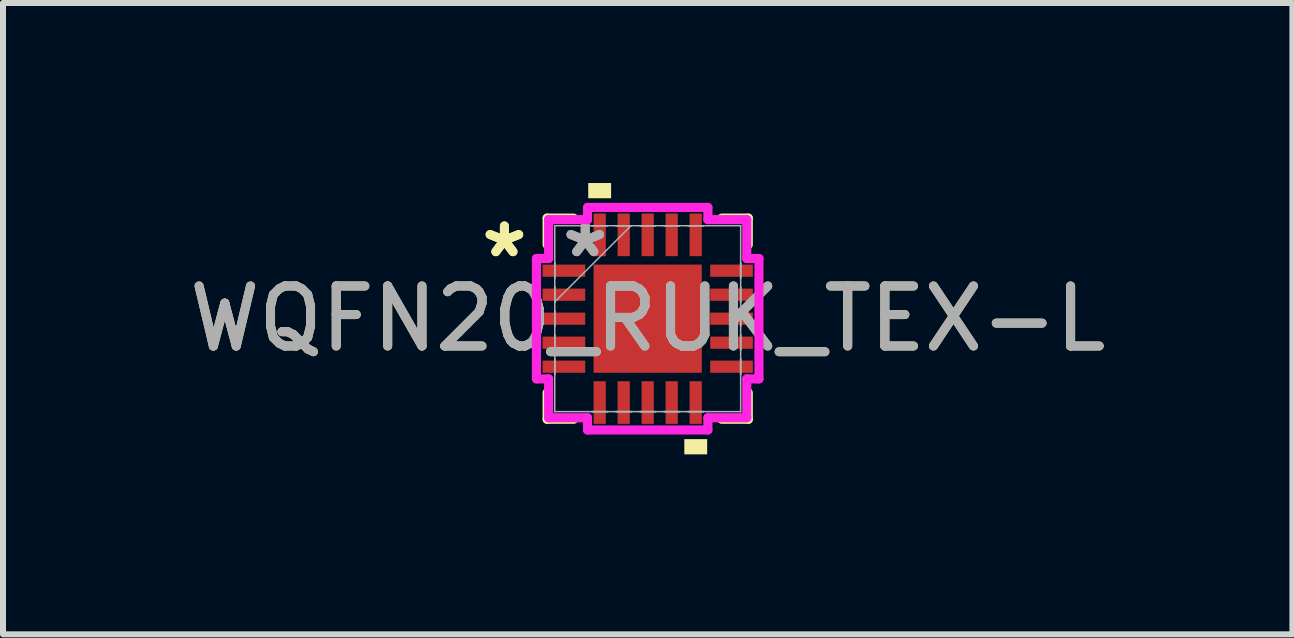
<source format=kicad_pcb>
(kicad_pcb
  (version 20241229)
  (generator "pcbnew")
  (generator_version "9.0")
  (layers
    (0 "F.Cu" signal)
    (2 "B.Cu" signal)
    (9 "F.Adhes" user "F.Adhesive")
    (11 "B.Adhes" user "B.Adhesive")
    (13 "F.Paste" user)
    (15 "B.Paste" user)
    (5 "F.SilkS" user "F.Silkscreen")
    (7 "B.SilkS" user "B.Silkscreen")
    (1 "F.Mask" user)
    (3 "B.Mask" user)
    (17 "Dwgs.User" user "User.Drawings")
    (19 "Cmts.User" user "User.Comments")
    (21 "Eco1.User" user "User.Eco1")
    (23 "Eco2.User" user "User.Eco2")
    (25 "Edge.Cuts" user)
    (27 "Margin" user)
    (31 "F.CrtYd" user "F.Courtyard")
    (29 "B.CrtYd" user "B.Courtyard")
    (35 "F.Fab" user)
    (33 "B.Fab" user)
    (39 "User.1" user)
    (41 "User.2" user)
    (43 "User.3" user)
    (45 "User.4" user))
  (footprint "WQFN20_RUK_TEX-L"
    (layer "F.Cu")
    (at 7.744 2.261)
    (property "Reference" "WQFN20_RUK_TEX-L" (at 0 0 0) (unlocked yes) (layer "F.SilkS") (effects (font (size 1 1) (thickness 0.15))))
    (attr smd)
    (fp_line (start -1.676 -1.676) (end -1.676 -1.234) (stroke (width 0.152) (type solid)) (layer "F.SilkS"))
    (fp_line (start -1.676 1.234) (end -1.676 1.676) (stroke (width 0.152) (type solid)) (layer "F.SilkS"))
    (fp_line (start -1.676 1.676) (end -1.234 1.676) (stroke (width 0.152) (type solid)) (layer "F.SilkS"))
    (fp_line (start -1.234 -1.676) (end -1.676 -1.676) (stroke (width 0.152) (type solid)) (layer "F.SilkS"))
    (fp_line (start 1.234 1.676) (end 1.676 1.676) (stroke (width 0.152) (type solid)) (layer "F.SilkS"))
    (fp_line (start 1.676 -1.676) (end 1.234 -1.676) (stroke (width 0.152) (type solid)) (layer "F.SilkS"))
    (fp_line (start 1.676 -1.234) (end 1.676 -1.676) (stroke (width 0.152) (type solid)) (layer "F.SilkS"))
    (fp_line (start 1.676 1.676) (end 1.676 1.234) (stroke (width 0.152) (type solid)) (layer "F.SilkS"))
    (fp_poly (pts (xy -0.991 -2.007) (xy -0.991 -2.261) (xy -0.61 -2.261) (xy -0.61 -2.007)) (stroke (width 0) (type solid)) (fill yes) (layer "F.SilkS"))
    (fp_poly (pts (xy 0.61 2.007) (xy 0.61 2.261) (xy 0.991 2.261) (xy 0.991 2.007)) (stroke (width 0) (type solid)) (fill yes) (layer "F.SilkS"))
    (fp_line (start -1.854 -1.003) (end -1.651 -1.003) (stroke (width 0.152) (type solid)) (layer "F.CrtYd"))
    (fp_line (start -1.854 1.003) (end -1.854 -1.003) (stroke (width 0.152) (type solid)) (layer "F.CrtYd"))
    (fp_line (start -1.651 -1.651) (end -1.003 -1.651) (stroke (width 0.152) (type solid)) (layer "F.CrtYd"))
    (fp_line (start -1.651 -1.003) (end -1.651 -1.651) (stroke (width 0.152) (type solid)) (layer "F.CrtYd"))
    (fp_line (start -1.651 1.003) (end -1.854 1.003) (stroke (width 0.152) (type solid)) (layer "F.CrtYd"))
    (fp_line (start -1.651 1.651) (end -1.651 1.003) (stroke (width 0.152) (type solid)) (layer "F.CrtYd"))
    (fp_line (start -1.003 -1.854) (end 1.003 -1.854) (stroke (width 0.152) (type solid)) (layer "F.CrtYd"))
    (fp_line (start -1.003 -1.651) (end -1.003 -1.854) (stroke (width 0.152) (type solid)) (layer "F.CrtYd"))
    (fp_line (start -1.003 1.651) (end -1.651 1.651) (stroke (width 0.152) (type solid)) (layer "F.CrtYd"))
    (fp_line (start -1.003 1.854) (end -1.003 1.651) (stroke (width 0.152) (type solid)) (layer "F.CrtYd"))
    (fp_line (start 1.003 -1.854) (end 1.003 -1.651) (stroke (width 0.152) (type solid)) (layer "F.CrtYd"))
    (fp_line (start 1.003 -1.651) (end 1.651 -1.651) (stroke (width 0.152) (type solid)) (layer "F.CrtYd"))
    (fp_line (start 1.003 1.651) (end 1.003 1.854) (stroke (width 0.152) (type solid)) (layer "F.CrtYd"))
    (fp_line (start 1.003 1.854) (end -1.003 1.854) (stroke (width 0.152) (type solid)) (layer "F.CrtYd"))
    (fp_line (start 1.651 -1.651) (end 1.651 -1.003) (stroke (width 0.152) (type solid)) (layer "F.CrtYd"))
    (fp_line (start 1.651 -1.003) (end 1.854 -1.003) (stroke (width 0.152) (type solid)) (layer "F.CrtYd"))
    (fp_line (start 1.651 1.003) (end 1.651 1.651) (stroke (width 0.152) (type solid)) (layer "F.CrtYd"))
    (fp_line (start 1.651 1.651) (end 1.003 1.651) (stroke (width 0.152) (type solid)) (layer "F.CrtYd"))
    (fp_line (start 1.854 -1.003) (end 1.854 1.003) (stroke (width 0.152) (type solid)) (layer "F.CrtYd"))
    (fp_line (start 1.854 1.003) (end 1.651 1.003) (stroke (width 0.152) (type solid)) (layer "F.CrtYd"))
    (fp_line (start -1.549 -1.549) (end -1.549 -1.549) (stroke (width 0.025) (type solid)) (layer "F.Fab"))
    (fp_line (start -1.549 -1.549) (end -1.549 1.549) (stroke (width 0.025) (type solid)) (layer "F.Fab"))
    (fp_line (start -1.549 -0.927) (end -1.549 -0.927) (stroke (width 0.025) (type solid)) (layer "F.Fab"))
    (fp_line (start -1.549 -0.927) (end -1.549 -0.673) (stroke (width 0.025) (type solid)) (layer "F.Fab"))
    (fp_line (start -1.549 -0.673) (end -1.549 -0.927) (stroke (width 0.025) (type solid)) (layer "F.Fab"))
    (fp_line (start -1.549 -0.673) (end -1.549 -0.673) (stroke (width 0.025) (type solid)) (layer "F.Fab"))
    (fp_line (start -1.549 -0.527) (end -1.549 -0.527) (stroke (width 0.025) (type solid)) (layer "F.Fab"))
    (fp_line (start -1.549 -0.527) (end -1.549 -0.273) (stroke (width 0.025) (type solid)) (layer "F.Fab"))
    (fp_line (start -1.549 -0.279) (end -0.279 -1.549) (stroke (width 0.025) (type solid)) (layer "F.Fab"))
    (fp_line (start -1.549 -0.273) (end -1.549 -0.527) (stroke (width 0.025) (type solid)) (layer "F.Fab"))
    (fp_line (start -1.549 -0.273) (end -1.549 -0.273) (stroke (width 0.025) (type solid)) (layer "F.Fab"))
    (fp_line (start -1.549 -0.127) (end -1.549 -0.127) (stroke (width 0.025) (type solid)) (layer "F.Fab"))
    (fp_line (start -1.549 -0.127) (end -1.549 0.127) (stroke (width 0.025) (type solid)) (layer "F.Fab"))
    (fp_line (start -1.549 0.127) (end -1.549 -0.127) (stroke (width 0.025) (type solid)) (layer "F.Fab"))
    (fp_line (start -1.549 0.127) (end -1.549 0.127) (stroke (width 0.025) (type solid)) (layer "F.Fab"))
    (fp_line (start -1.549 0.273) (end -1.549 0.273) (stroke (width 0.025) (type solid)) (layer "F.Fab"))
    (fp_line (start -1.549 0.273) (end -1.549 0.527) (stroke (width 0.025) (type solid)) (layer "F.Fab"))
    (fp_line (start -1.549 0.527) (end -1.549 0.273) (stroke (width 0.025) (type solid)) (layer "F.Fab"))
    (fp_line (start -1.549 0.527) (end -1.549 0.527) (stroke (width 0.025) (type solid)) (layer "F.Fab"))
    (fp_line (start -1.549 0.673) (end -1.549 0.673) (stroke (width 0.025) (type solid)) (layer "F.Fab"))
    (fp_line (start -1.549 0.673) (end -1.549 0.927) (stroke (width 0.025) (type solid)) (layer "F.Fab"))
    (fp_line (start -1.549 0.927) (end -1.549 0.673) (stroke (width 0.025) (type solid)) (layer "F.Fab"))
    (fp_line (start -1.549 0.927) (end -1.549 0.927) (stroke (width 0.025) (type solid)) (layer "F.Fab"))
    (fp_line (start -1.549 1.549) (end -1.549 1.549) (stroke (width 0.025) (type solid)) (layer "F.Fab"))
    (fp_line (start -1.549 1.549) (end 1.549 1.549) (stroke (width 0.025) (type solid)) (layer "F.Fab"))
    (fp_line (start -0.927 -1.549) (end -0.927 -1.549) (stroke (width 0.025) (type solid)) (layer "F.Fab"))
    (fp_line (start -0.927 -1.549) (end -0.673 -1.549) (stroke (width 0.025) (type solid)) (layer "F.Fab"))
    (fp_line (start -0.927 1.549) (end -0.927 1.549) (stroke (width 0.025) (type solid)) (layer "F.Fab"))
    (fp_line (start -0.927 1.549) (end -0.673 1.549) (stroke (width 0.025) (type solid)) (layer "F.Fab"))
    (fp_line (start -0.673 -1.549) (end -0.927 -1.549) (stroke (width 0.025) (type solid)) (layer "F.Fab"))
    (fp_line (start -0.673 -1.549) (end -0.673 -1.549) (stroke (width 0.025) (type solid)) (layer "F.Fab"))
    (fp_line (start -0.673 1.549) (end -0.927 1.549) (stroke (width 0.025) (type solid)) (layer "F.Fab"))
    (fp_line (start -0.673 1.549) (end -0.673 1.549) (stroke (width 0.025) (type solid)) (layer "F.Fab"))
    (fp_line (start -0.527 -1.549) (end -0.527 -1.549) (stroke (width 0.025) (type solid)) (layer "F.Fab"))
    (fp_line (start -0.527 -1.549) (end -0.273 -1.549) (stroke (width 0.025) (type solid)) (layer "F.Fab"))
    (fp_line (start -0.527 1.549) (end -0.527 1.549) (stroke (width 0.025) (type solid)) (layer "F.Fab"))
    (fp_line (start -0.527 1.549) (end -0.273 1.549) (stroke (width 0.025) (type solid)) (layer "F.Fab"))
    (fp_line (start -0.273 -1.549) (end -0.527 -1.549) (stroke (width 0.025) (type solid)) (layer "F.Fab"))
    (fp_line (start -0.273 -1.549) (end -0.273 -1.549) (stroke (width 0.025) (type solid)) (layer "F.Fab"))
    (fp_line (start -0.273 1.549) (end -0.527 1.549) (stroke (width 0.025) (type solid)) (layer "F.Fab"))
    (fp_line (start -0.273 1.549) (end -0.273 1.549) (stroke (width 0.025) (type solid)) (layer "F.Fab"))
    (fp_line (start -0.127 -1.549) (end -0.127 -1.549) (stroke (width 0.025) (type solid)) (layer "F.Fab"))
    (fp_line (start -0.127 -1.549) (end 0.127 -1.549) (stroke (width 0.025) (type solid)) (layer "F.Fab"))
    (fp_line (start -0.127 1.549) (end -0.127 1.549) (stroke (width 0.025) (type solid)) (layer "F.Fab"))
    (fp_line (start -0.127 1.549) (end 0.127 1.549) (stroke (width 0.025) (type solid)) (layer "F.Fab"))
    (fp_line (start 0.127 -1.549) (end -0.127 -1.549) (stroke (width 0.025) (type solid)) (layer "F.Fab"))
    (fp_line (start 0.127 -1.549) (end 0.127 -1.549) (stroke (width 0.025) (type solid)) (layer "F.Fab"))
    (fp_line (start 0.127 1.549) (end -0.127 1.549) (stroke (width 0.025) (type solid)) (layer "F.Fab"))
    (fp_line (start 0.127 1.549) (end 0.127 1.549) (stroke (width 0.025) (type solid)) (layer "F.Fab"))
    (fp_line (start 0.273 -1.549) (end 0.273 -1.549) (stroke (width 0.025) (type solid)) (layer "F.Fab"))
    (fp_line (start 0.273 -1.549) (end 0.527 -1.549) (stroke (width 0.025) (type solid)) (layer "F.Fab"))
    (fp_line (start 0.273 1.549) (end 0.273 1.549) (stroke (width 0.025) (type solid)) (layer "F.Fab"))
    (fp_line (start 0.273 1.549) (end 0.527 1.549) (stroke (width 0.025) (type solid)) (layer "F.Fab"))
    (fp_line (start 0.527 -1.549) (end 0.273 -1.549) (stroke (width 0.025) (type solid)) (layer "F.Fab"))
    (fp_line (start 0.527 -1.549) (end 0.527 -1.549) (stroke (width 0.025) (type solid)) (layer "F.Fab"))
    (fp_line (start 0.527 1.549) (end 0.273 1.549) (stroke (width 0.025) (type solid)) (layer "F.Fab"))
    (fp_line (start 0.527 1.549) (end 0.527 1.549) (stroke (width 0.025) (type solid)) (layer "F.Fab"))
    (fp_line (start 0.673 -1.549) (end 0.673 -1.549) (stroke (width 0.025) (type solid)) (layer "F.Fab"))
    (fp_line (start 0.673 -1.549) (end 0.927 -1.549) (stroke (width 0.025) (type solid)) (layer "F.Fab"))
    (fp_line (start 0.673 1.549) (end 0.673 1.549) (stroke (width 0.025) (type solid)) (layer "F.Fab"))
    (fp_line (start 0.673 1.549) (end 0.927 1.549) (stroke (width 0.025) (type solid)) (layer "F.Fab"))
    (fp_line (start 0.927 -1.549) (end 0.673 -1.549) (stroke (width 0.025) (type solid)) (layer "F.Fab"))
    (fp_line (start 0.927 -1.549) (end 0.927 -1.549) (stroke (width 0.025) (type solid)) (layer "F.Fab"))
    (fp_line (start 0.927 1.549) (end 0.673 1.549) (stroke (width 0.025) (type solid)) (layer "F.Fab"))
    (fp_line (start 0.927 1.549) (end 0.927 1.549) (stroke (width 0.025) (type solid)) (layer "F.Fab"))
    (fp_line (start 1.549 -1.549) (end -1.549 -1.549) (stroke (width 0.025) (type solid)) (layer "F.Fab"))
    (fp_line (start 1.549 -1.549) (end 1.549 -1.549) (stroke (width 0.025) (type solid)) (layer "F.Fab"))
    (fp_line (start 1.549 -0.927) (end 1.549 -0.927) (stroke (width 0.025) (type solid)) (layer "F.Fab"))
    (fp_line (start 1.549 -0.927) (end 1.549 -0.673) (stroke (width 0.025) (type solid)) (layer "F.Fab"))
    (fp_line (start 1.549 -0.673) (end 1.549 -0.927) (stroke (width 0.025) (type solid)) (layer "F.Fab"))
    (fp_line (start 1.549 -0.673) (end 1.549 -0.673) (stroke (width 0.025) (type solid)) (layer "F.Fab"))
    (fp_line (start 1.549 -0.527) (end 1.549 -0.527) (stroke (width 0.025) (type solid)) (layer "F.Fab"))
    (fp_line (start 1.549 -0.527) (end 1.549 -0.273) (stroke (width 0.025) (type solid)) (layer "F.Fab"))
    (fp_line (start 1.549 -0.273) (end 1.549 -0.527) (stroke (width 0.025) (type solid)) (layer "F.Fab"))
    (fp_line (start 1.549 -0.273) (end 1.549 -0.273) (stroke (width 0.025) (type solid)) (layer "F.Fab"))
    (fp_line (start 1.549 -0.127) (end 1.549 -0.127) (stroke (width 0.025) (type solid)) (layer "F.Fab"))
    (fp_line (start 1.549 -0.127) (end 1.549 0.127) (stroke (width 0.025) (type solid)) (layer "F.Fab"))
    (fp_line (start 1.549 0.127) (end 1.549 -0.127) (stroke (width 0.025) (type solid)) (layer "F.Fab"))
    (fp_line (start 1.549 0.127) (end 1.549 0.127) (stroke (width 0.025) (type solid)) (layer "F.Fab"))
    (fp_line (start 1.549 0.273) (end 1.549 0.273) (stroke (width 0.025) (type solid)) (layer "F.Fab"))
    (fp_line (start 1.549 0.273) (end 1.549 0.527) (stroke (width 0.025) (type solid)) (layer "F.Fab"))
    (fp_line (start 1.549 0.527) (end 1.549 0.273) (stroke (width 0.025) (type solid)) (layer "F.Fab"))
    (fp_line (start 1.549 0.527) (end 1.549 0.527) (stroke (width 0.025) (type solid)) (layer "F.Fab"))
    (fp_line (start 1.549 0.673) (end 1.549 0.673) (stroke (width 0.025) (type solid)) (layer "F.Fab"))
    (fp_line (start 1.549 0.673) (end 1.549 0.927) (stroke (width 0.025) (type solid)) (layer "F.Fab"))
    (fp_line (start 1.549 0.927) (end 1.549 0.673) (stroke (width 0.025) (type solid)) (layer "F.Fab"))
    (fp_line (start 1.549 0.927) (end 1.549 0.927) (stroke (width 0.025) (type solid)) (layer "F.Fab"))
    (fp_line (start 1.549 1.549) (end 1.549 -1.549) (stroke (width 0.025) (type solid)) (layer "F.Fab"))
    (fp_line (start 1.549 1.549) (end 1.549 1.549) (stroke (width 0.025) (type solid)) (layer "F.Fab"))
    (fp_text user "*" (at -2.388 -1 0) (layer "F.SilkS") (effects (font (size 1 1) (thickness 0.15))))
    (fp_text user "*" (at -2.388 -1 0) (unlocked yes) (layer "F.SilkS") (effects (font (size 1 1) (thickness 0.15))))
    (fp_text user "*" (at -1.041 -1 0) (layer "F.Fab") (effects (font (size 1 1) (thickness 0.15))))
    (fp_text user "*" (at -1.041 -1 0) (unlocked yes) (layer "F.Fab") (effects (font (size 1 1) (thickness 0.15))))
    (fp_text user "${REFERENCE}" (at 0 0 0) (unlocked yes) (layer "F.Fab") (effects (font (size 1 1) (thickness 0.15))))
    (pad "1" smd rect (at -1.397 -0.8 90) (size 0.203 0.711) (layers "F.Cu" "F.Mask" "F.Paste"))
    (pad "2" smd rect (at -1.397 -0.4 90) (size 0.203 0.711) (layers "F.Cu" "F.Mask" "F.Paste"))
    (pad "3" smd rect (at -1.397 0 90) (size 0.203 0.711) (layers "F.Cu" "F.Mask" "F.Paste"))
    (pad "4" smd rect (at -1.397 0.4 90) (size 0.203 0.711) (layers "F.Cu" "F.Mask" "F.Paste"))
    (pad "5" smd rect (at -1.397 0.8 90) (size 0.203 0.711) (layers "F.Cu" "F.Mask" "F.Paste"))
    (pad "6" smd rect (at -0.8 1.397) (size 0.203 0.711) (layers "F.Cu" "F.Mask" "F.Paste"))
    (pad "7" smd rect (at -0.4 1.397) (size 0.203 0.711) (layers "F.Cu" "F.Mask" "F.Paste"))
    (pad "8" smd rect (at 0 1.397) (size 0.203 0.711) (layers "F.Cu" "F.Mask" "F.Paste"))
    (pad "9" smd rect (at 0.4 1.397) (size 0.203 0.711) (layers "F.Cu" "F.Mask" "F.Paste"))
    (pad "10" smd rect (at 0.8 1.397) (size 0.203 0.711) (layers "F.Cu" "F.Mask" "F.Paste"))
    (pad "11" smd rect (at 1.397 0.8 90) (size 0.203 0.711) (layers "F.Cu" "F.Mask" "F.Paste"))
    (pad "12" smd rect (at 1.397 0.4 90) (size 0.203 0.711) (layers "F.Cu" "F.Mask" "F.Paste"))
    (pad "13" smd rect (at 1.397 0 90) (size 0.203 0.711) (layers "F.Cu" "F.Mask" "F.Paste"))
    (pad "14" smd rect (at 1.397 -0.4 90) (size 0.203 0.711) (layers "F.Cu" "F.Mask" "F.Paste"))
    (pad "15" smd rect (at 1.397 -0.8 90) (size 0.203 0.711) (layers "F.Cu" "F.Mask" "F.Paste"))
    (pad "16" smd rect (at 0.8 -1.397) (size 0.203 0.711) (layers "F.Cu" "F.Mask" "F.Paste"))
    (pad "17" smd rect (at 0.4 -1.397) (size 0.203 0.711) (layers "F.Cu" "F.Mask" "F.Paste"))
    (pad "18" smd rect (at 0 -1.397) (size 0.203 0.711) (layers "F.Cu" "F.Mask" "F.Paste"))
    (pad "19" smd rect (at -0.4 -1.397) (size 0.203 0.711) (layers "F.Cu" "F.Mask" "F.Paste"))
    (pad "20" smd rect (at -0.8 -1.397) (size 0.203 0.711) (layers "F.Cu" "F.Mask" "F.Paste"))
    (pad "21" smd rect (at 0 0) (size 1.803 1.803) (layers "F.Cu" "F.Mask" "F.Paste")))
  (gr_rect
    (start -3 -3)
    (end 18.488 7.521)
    (stroke (width 0.1) (type default))
    (fill no)
    (layer "Edge.Cuts")))
</source>
